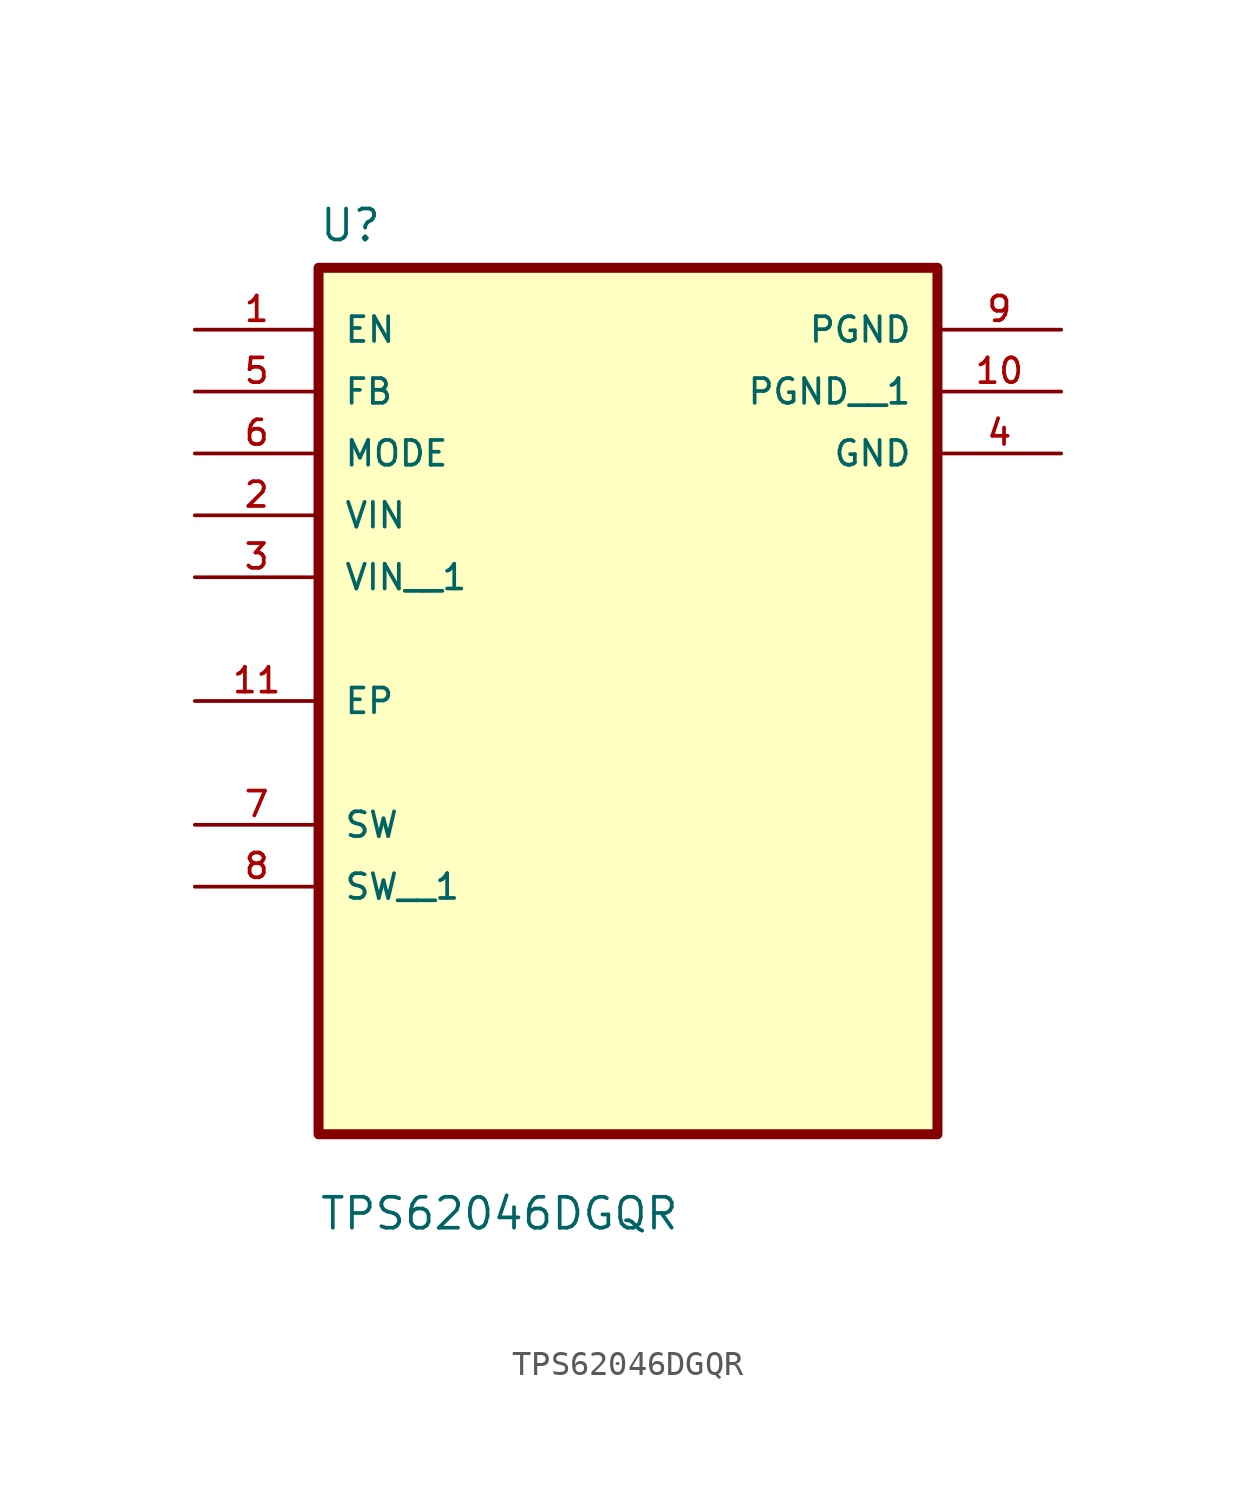
<source format=kicad_sym>
(kicad_symbol_lib
  (version 20211014)
  (generator kicad_symbol_editor)
  (symbol "TPS62046DGQR"
    (pin_names
      (offset 1.016))
    (property "Reference" "U"
      (at -12.7 16.24 0.0)
      (effects (font (size 1.27 1.27)) (justify bottom left)))
    (property "Value" "TPS62046DGQR"
      (at -12.7 -24.32 0.0)
      (effects (font (size 1.27 1.27)) (justify bottom left)))
    (symbol "TPS62046DGQR_0_0"
      (rectangle (start -12.7 -20.32) (end 12.7 15.24) (stroke (width 0.41)) (fill (type background)))
      (pin input line (at -17.78 12.7 0) (length 5.08) (name "EN" (effects (font (size 1.016 1.016)))) (number "1" (effects (font (size 1.016 1.016)))))
      (pin input line (at -17.78 10.16 0) (length 5.08) (name "FB" (effects (font (size 1.016 1.016)))) (number "5" (effects (font (size 1.016 1.016)))))
      (pin input line (at -17.78 7.62 0) (length 5.08) (name "MODE" (effects (font (size 1.016 1.016)))) (number "6" (effects (font (size 1.016 1.016)))))
      (pin input line (at -17.78 5.08 0) (length 5.08) (name "VIN" (effects (font (size 1.016 1.016)))) (number "2" (effects (font (size 1.016 1.016)))))
      (pin bidirectional line (at -17.78 -2.54 0) (length 5.08) (name "EP" (effects (font (size 1.016 1.016)))) (number "11" (effects (font (size 1.016 1.016)))))
      (pin bidirectional line (at -17.78 -7.62 0) (length 5.08) (name "SW" (effects (font (size 1.016 1.016)))) (number "7" (effects (font (size 1.016 1.016)))))
      (pin power_in line (at 17.78 12.7 180.0) (length 5.08) (name "PGND" (effects (font (size 1.016 1.016)))) (number "9" (effects (font (size 1.016 1.016)))))
      (pin power_in line (at 17.78 7.62 180.0) (length 5.08) (name "GND" (effects (font (size 1.016 1.016)))) (number "4" (effects (font (size 1.016 1.016)))))
      (pin input line (at -17.78 2.54 0) (length 5.08) (name "VIN__1" (effects (font (size 1.016 1.016)))) (number "3" (effects (font (size 1.016 1.016)))))
      (pin bidirectional line (at -17.78 -10.16 0) (length 5.08) (name "SW__1" (effects (font (size 1.016 1.016)))) (number "8" (effects (font (size 1.016 1.016)))))
      (pin power_in line (at 17.78 10.16 180.0) (length 5.08) (name "PGND__1" (effects (font (size 1.016 1.016)))) (number "10" (effects (font (size 1.016 1.016))))))))
</source>
